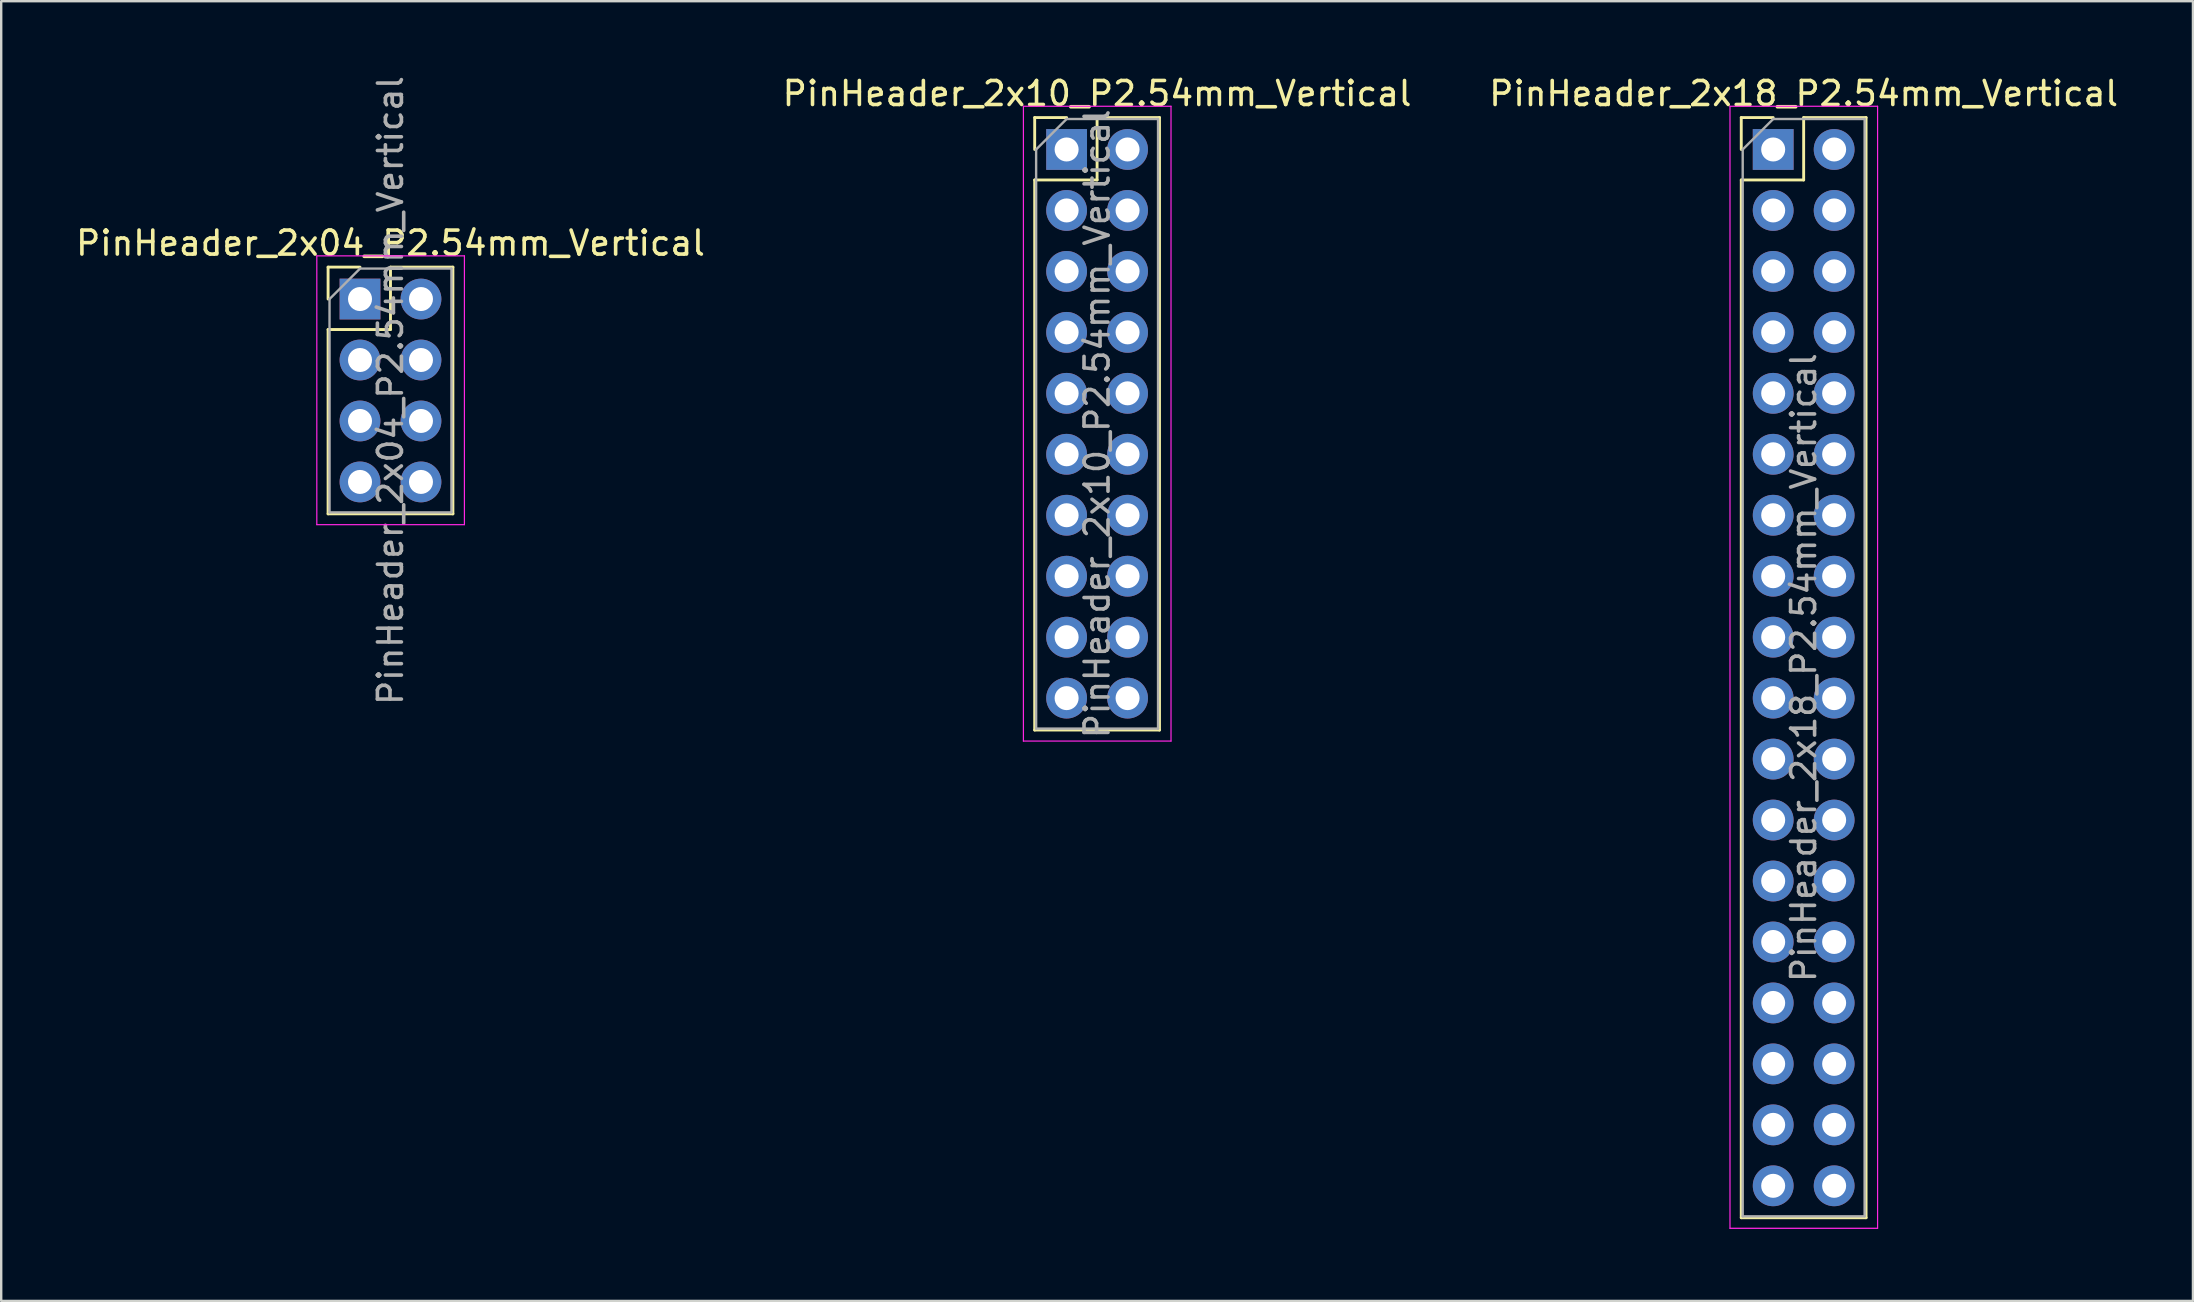
<source format=kicad_pcb>
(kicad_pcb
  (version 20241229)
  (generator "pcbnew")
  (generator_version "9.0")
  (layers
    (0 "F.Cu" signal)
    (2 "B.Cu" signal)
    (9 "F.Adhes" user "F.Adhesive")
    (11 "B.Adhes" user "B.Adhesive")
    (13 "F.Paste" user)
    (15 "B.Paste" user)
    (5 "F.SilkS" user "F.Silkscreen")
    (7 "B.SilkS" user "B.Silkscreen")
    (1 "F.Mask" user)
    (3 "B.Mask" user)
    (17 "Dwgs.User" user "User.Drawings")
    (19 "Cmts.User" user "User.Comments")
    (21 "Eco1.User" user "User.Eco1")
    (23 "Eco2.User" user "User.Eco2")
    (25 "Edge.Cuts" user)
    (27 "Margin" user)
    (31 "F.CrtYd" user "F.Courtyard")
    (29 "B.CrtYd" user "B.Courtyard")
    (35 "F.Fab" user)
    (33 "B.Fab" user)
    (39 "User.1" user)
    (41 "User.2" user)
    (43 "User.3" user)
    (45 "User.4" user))
  (footprint "PinHeader_2x10_P2.54mm_Vertical"
    (layer "F.Cu")
    (at 41.391 3.178)
    (property "Reference" "PinHeader_2x10_P2.54mm_Vertical" (at 1.27 -2.33 0) (layer "F.SilkS") (effects (font (size 1 1) (thickness 0.15))))
    (attr through_hole)
    (fp_line (start -1.33 -1.33) (end 0 -1.33) (stroke (width 0.12) (type solid)) (layer "F.SilkS"))
    (fp_line (start -1.33 0) (end -1.33 -1.33) (stroke (width 0.12) (type solid)) (layer "F.SilkS"))
    (fp_line (start -1.33 1.27) (end -1.33 24.19) (stroke (width 0.12) (type solid)) (layer "F.SilkS"))
    (fp_line (start -1.33 1.27) (end 1.27 1.27) (stroke (width 0.12) (type solid)) (layer "F.SilkS"))
    (fp_line (start -1.33 24.19) (end 3.87 24.19) (stroke (width 0.12) (type solid)) (layer "F.SilkS"))
    (fp_line (start 1.27 -1.33) (end 3.87 -1.33) (stroke (width 0.12) (type solid)) (layer "F.SilkS"))
    (fp_line (start 1.27 1.27) (end 1.27 -1.33) (stroke (width 0.12) (type solid)) (layer "F.SilkS"))
    (fp_line (start 3.87 -1.33) (end 3.87 24.19) (stroke (width 0.12) (type solid)) (layer "F.SilkS"))
    (fp_line (start -1.8 -1.8) (end -1.8 24.65) (stroke (width 0.05) (type solid)) (layer "F.CrtYd"))
    (fp_line (start -1.8 24.65) (end 4.35 24.65) (stroke (width 0.05) (type solid)) (layer "F.CrtYd"))
    (fp_line (start 4.35 -1.8) (end -1.8 -1.8) (stroke (width 0.05) (type solid)) (layer "F.CrtYd"))
    (fp_line (start 4.35 24.65) (end 4.35 -1.8) (stroke (width 0.05) (type solid)) (layer "F.CrtYd"))
    (fp_line (start -1.27 0) (end 0 -1.27) (stroke (width 0.1) (type solid)) (layer "F.Fab"))
    (fp_line (start -1.27 24.13) (end -1.27 0) (stroke (width 0.1) (type solid)) (layer "F.Fab"))
    (fp_line (start 0 -1.27) (end 3.81 -1.27) (stroke (width 0.1) (type solid)) (layer "F.Fab"))
    (fp_line (start 3.81 -1.27) (end 3.81 24.13) (stroke (width 0.1) (type solid)) (layer "F.Fab"))
    (fp_line (start 3.81 24.13) (end -1.27 24.13) (stroke (width 0.1) (type solid)) (layer "F.Fab"))
    (fp_text user "${REFERENCE}" (at 1.27 11.43 270) (layer "F.Fab") (effects (font (size 1 1) (thickness 0.15))))
    (pad "1" thru_hole rect (at 0 0) (size 1.7 1.7) (drill 1) (layers "*.Cu" "*.Mask"))
    (pad "2" thru_hole oval (at 2.54 0) (size 1.7 1.7) (drill 1) (layers "*.Cu" "*.Mask"))
    (pad "3" thru_hole oval (at 0 2.54) (size 1.7 1.7) (drill 1) (layers "*.Cu" "*.Mask"))
    (pad "4" thru_hole oval (at 2.54 2.54) (size 1.7 1.7) (drill 1) (layers "*.Cu" "*.Mask"))
    (pad "5" thru_hole oval (at 0 5.08) (size 1.7 1.7) (drill 1) (layers "*.Cu" "*.Mask"))
    (pad "6" thru_hole oval (at 2.54 5.08) (size 1.7 1.7) (drill 1) (layers "*.Cu" "*.Mask"))
    (pad "7" thru_hole oval (at 0 7.62) (size 1.7 1.7) (drill 1) (layers "*.Cu" "*.Mask"))
    (pad "8" thru_hole oval (at 2.54 7.62) (size 1.7 1.7) (drill 1) (layers "*.Cu" "*.Mask"))
    (pad "9" thru_hole oval (at 0 10.16) (size 1.7 1.7) (drill 1) (layers "*.Cu" "*.Mask"))
    (pad "10" thru_hole oval (at 2.54 10.16) (size 1.7 1.7) (drill 1) (layers "*.Cu" "*.Mask"))
    (pad "11" thru_hole oval (at 0 12.7) (size 1.7 1.7) (drill 1) (layers "*.Cu" "*.Mask"))
    (pad "12" thru_hole oval (at 2.54 12.7) (size 1.7 1.7) (drill 1) (layers "*.Cu" "*.Mask"))
    (pad "13" thru_hole oval (at 0 15.24) (size 1.7 1.7) (drill 1) (layers "*.Cu" "*.Mask"))
    (pad "14" thru_hole oval (at 2.54 15.24) (size 1.7 1.7) (drill 1) (layers "*.Cu" "*.Mask"))
    (pad "15" thru_hole oval (at 0 17.78) (size 1.7 1.7) (drill 1) (layers "*.Cu" "*.Mask"))
    (pad "16" thru_hole oval (at 2.54 17.78) (size 1.7 1.7) (drill 1) (layers "*.Cu" "*.Mask"))
    (pad "17" thru_hole oval (at 0 20.32) (size 1.7 1.7) (drill 1) (layers "*.Cu" "*.Mask"))
    (pad "18" thru_hole oval (at 2.54 20.32) (size 1.7 1.7) (drill 1) (layers "*.Cu" "*.Mask"))
    (pad "19" thru_hole oval (at 0 22.86) (size 1.7 1.7) (drill 1) (layers "*.Cu" "*.Mask"))
    (pad "20" thru_hole oval (at 2.54 22.86) (size 1.7 1.7) (drill 1) (layers "*.Cu" "*.Mask")))
  (footprint "PinHeader_2x18_P2.54mm_Vertical"
    (layer "F.Cu")
    (at 70.831 3.178)
    (property "Reference" "PinHeader_2x18_P2.54mm_Vertical" (at 1.27 -2.33 180) (layer "F.SilkS") (effects (font (size 1 1) (thickness 0.15))))
    (attr through_hole exclude_from_pos_files exclude_from_bom)
    (fp_line (start -1.33 -1.33) (end 0 -1.33) (stroke (width 0.12) (type solid)) (layer "F.SilkS"))
    (fp_line (start -1.33 0) (end -1.33 -1.33) (stroke (width 0.12) (type solid)) (layer "F.SilkS"))
    (fp_line (start -1.33 1.27) (end -1.33 44.51) (stroke (width 0.12) (type solid)) (layer "F.SilkS"))
    (fp_line (start -1.33 1.27) (end 1.27 1.27) (stroke (width 0.12) (type solid)) (layer "F.SilkS"))
    (fp_line (start -1.33 44.51) (end 3.87 44.51) (stroke (width 0.12) (type solid)) (layer "F.SilkS"))
    (fp_line (start 1.27 -1.33) (end 3.87 -1.33) (stroke (width 0.12) (type solid)) (layer "F.SilkS"))
    (fp_line (start 1.27 1.27) (end 1.27 -1.33) (stroke (width 0.12) (type solid)) (layer "F.SilkS"))
    (fp_line (start 3.87 -1.33) (end 3.87 44.51) (stroke (width 0.12) (type solid)) (layer "F.SilkS"))
    (fp_line (start -1.8 -1.8) (end -1.8 44.95) (stroke (width 0.05) (type solid)) (layer "F.CrtYd"))
    (fp_line (start -1.8 44.95) (end 4.35 44.95) (stroke (width 0.05) (type solid)) (layer "F.CrtYd"))
    (fp_line (start 4.35 -1.8) (end -1.8 -1.8) (stroke (width 0.05) (type solid)) (layer "F.CrtYd"))
    (fp_line (start 4.35 44.95) (end 4.35 -1.8) (stroke (width 0.05) (type solid)) (layer "F.CrtYd"))
    (fp_line (start -1.27 0) (end 0 -1.27) (stroke (width 0.1) (type solid)) (layer "F.Fab"))
    (fp_line (start -1.27 44.45) (end -1.27 0) (stroke (width 0.1) (type solid)) (layer "F.Fab"))
    (fp_line (start 0 -1.27) (end 3.81 -1.27) (stroke (width 0.1) (type solid)) (layer "F.Fab"))
    (fp_line (start 3.81 -1.27) (end 3.81 44.45) (stroke (width 0.1) (type solid)) (layer "F.Fab"))
    (fp_line (start 3.81 44.45) (end -1.27 44.45) (stroke (width 0.1) (type solid)) (layer "F.Fab"))
    (fp_text user "${REFERENCE}" (at 1.27 21.59 270) (layer "F.Fab") (effects (font (size 1 1) (thickness 0.15))))
    (pad "1" thru_hole rect (at 0 0) (size 1.7 1.7) (drill 1) (layers "*.Cu" "*.Mask"))
    (pad "2" thru_hole oval (at 2.54 0) (size 1.7 1.7) (drill 1) (layers "*.Cu" "*.Mask"))
    (pad "3" thru_hole oval (at 0 2.54) (size 1.7 1.7) (drill 1) (layers "*.Cu" "*.Mask"))
    (pad "4" thru_hole oval (at 2.54 2.54) (size 1.7 1.7) (drill 1) (layers "*.Cu" "*.Mask"))
    (pad "5" thru_hole oval (at 0 5.08) (size 1.7 1.7) (drill 1) (layers "*.Cu" "*.Mask"))
    (pad "6" thru_hole oval (at 2.54 5.08) (size 1.7 1.7) (drill 1) (layers "*.Cu" "*.Mask"))
    (pad "7" thru_hole oval (at 0 7.62) (size 1.7 1.7) (drill 1) (layers "*.Cu" "*.Mask"))
    (pad "8" thru_hole oval (at 2.54 7.62) (size 1.7 1.7) (drill 1) (layers "*.Cu" "*.Mask"))
    (pad "9" thru_hole oval (at 0 10.16) (size 1.7 1.7) (drill 1) (layers "*.Cu" "*.Mask"))
    (pad "10" thru_hole oval (at 2.54 10.16) (size 1.7 1.7) (drill 1) (layers "*.Cu" "*.Mask"))
    (pad "11" thru_hole oval (at 0 12.7) (size 1.7 1.7) (drill 1) (layers "*.Cu" "*.Mask"))
    (pad "12" thru_hole oval (at 2.54 12.7) (size 1.7 1.7) (drill 1) (layers "*.Cu" "*.Mask"))
    (pad "13" thru_hole oval (at 0 15.24) (size 1.7 1.7) (drill 1) (layers "*.Cu" "*.Mask"))
    (pad "14" thru_hole oval (at 2.54 15.24) (size 1.7 1.7) (drill 1) (layers "*.Cu" "*.Mask"))
    (pad "15" thru_hole oval (at 0 17.78) (size 1.7 1.7) (drill 1) (layers "*.Cu" "*.Mask"))
    (pad "16" thru_hole oval (at 2.54 17.78) (size 1.7 1.7) (drill 1) (layers "*.Cu" "*.Mask"))
    (pad "17" thru_hole oval (at 0 20.32) (size 1.7 1.7) (drill 1) (layers "*.Cu" "*.Mask"))
    (pad "18" thru_hole oval (at 2.54 20.32) (size 1.7 1.7) (drill 1) (layers "*.Cu" "*.Mask"))
    (pad "19" thru_hole oval (at 0 22.86) (size 1.7 1.7) (drill 1) (layers "*.Cu" "*.Mask"))
    (pad "20" thru_hole oval (at 2.54 22.86) (size 1.7 1.7) (drill 1) (layers "*.Cu" "*.Mask"))
    (pad "21" thru_hole oval (at 0 25.4) (size 1.7 1.7) (drill 1) (layers "*.Cu" "*.Mask"))
    (pad "22" thru_hole oval (at 2.54 25.4) (size 1.7 1.7) (drill 1) (layers "*.Cu" "*.Mask"))
    (pad "23" thru_hole oval (at 0 27.94) (size 1.7 1.7) (drill 1) (layers "*.Cu" "*.Mask"))
    (pad "24" thru_hole oval (at 2.54 27.94) (size 1.7 1.7) (drill 1) (layers "*.Cu" "*.Mask"))
    (pad "25" thru_hole oval (at 0 30.48) (size 1.7 1.7) (drill 1) (layers "*.Cu" "*.Mask"))
    (pad "26" thru_hole oval (at 2.54 30.48) (size 1.7 1.7) (drill 1) (layers "*.Cu" "*.Mask"))
    (pad "27" thru_hole oval (at 0 33.02) (size 1.7 1.7) (drill 1) (layers "*.Cu" "*.Mask"))
    (pad "28" thru_hole oval (at 2.54 33.02) (size 1.7 1.7) (drill 1) (layers "*.Cu" "*.Mask"))
    (pad "29" thru_hole oval (at 0 35.56) (size 1.7 1.7) (drill 1) (layers "*.Cu" "*.Mask"))
    (pad "30" thru_hole oval (at 2.54 35.56) (size 1.7 1.7) (drill 1) (layers "*.Cu" "*.Mask"))
    (pad "31" thru_hole oval (at 0 38.1) (size 1.7 1.7) (drill 1) (layers "*.Cu" "*.Mask"))
    (pad "32" thru_hole oval (at 2.54 38.1) (size 1.7 1.7) (drill 1) (layers "*.Cu" "*.Mask"))
    (pad "33" thru_hole oval (at 0 40.64) (size 1.7 1.7) (drill 1) (layers "*.Cu" "*.Mask"))
    (pad "34" thru_hole oval (at 2.54 40.64) (size 1.7 1.7) (drill 1) (layers "*.Cu" "*.Mask"))
    (pad "35" thru_hole oval (at 0 43.18) (size 1.7 1.7) (drill 1) (layers "*.Cu" "*.Mask"))
    (pad "36" thru_hole oval (at 2.54 43.18) (size 1.7 1.7) (drill 1) (layers "*.Cu" "*.Mask")))
  (footprint "PinHeader_2x04_P2.54mm_Vertical"
    (layer "F.Cu")
    (at 11.95 9.41)
    (property "Reference" "PinHeader_2x04_P2.54mm_Vertical" (at 1.27 -2.33 0) (layer "F.SilkS") (effects (font (size 1 1) (thickness 0.15))))
    (attr through_hole)
    (fp_line (start -1.33 -1.33) (end 0 -1.33) (stroke (width 0.12) (type solid)) (layer "F.SilkS"))
    (fp_line (start -1.33 0) (end -1.33 -1.33) (stroke (width 0.12) (type solid)) (layer "F.SilkS"))
    (fp_line (start -1.33 1.27) (end -1.33 8.95) (stroke (width 0.12) (type solid)) (layer "F.SilkS"))
    (fp_line (start -1.33 1.27) (end 1.27 1.27) (stroke (width 0.12) (type solid)) (layer "F.SilkS"))
    (fp_line (start -1.33 8.95) (end 3.87 8.95) (stroke (width 0.12) (type solid)) (layer "F.SilkS"))
    (fp_line (start 1.27 -1.33) (end 3.87 -1.33) (stroke (width 0.12) (type solid)) (layer "F.SilkS"))
    (fp_line (start 1.27 1.27) (end 1.27 -1.33) (stroke (width 0.12) (type solid)) (layer "F.SilkS"))
    (fp_line (start 3.87 -1.33) (end 3.87 8.95) (stroke (width 0.12) (type solid)) (layer "F.SilkS"))
    (fp_line (start -1.8 -1.8) (end -1.8 9.4) (stroke (width 0.05) (type solid)) (layer "F.CrtYd"))
    (fp_line (start -1.8 9.4) (end 4.35 9.4) (stroke (width 0.05) (type solid)) (layer "F.CrtYd"))
    (fp_line (start 4.35 -1.8) (end -1.8 -1.8) (stroke (width 0.05) (type solid)) (layer "F.CrtYd"))
    (fp_line (start 4.35 9.4) (end 4.35 -1.8) (stroke (width 0.05) (type solid)) (layer "F.CrtYd"))
    (fp_line (start -1.27 0) (end 0 -1.27) (stroke (width 0.1) (type solid)) (layer "F.Fab"))
    (fp_line (start -1.27 8.89) (end -1.27 0) (stroke (width 0.1) (type solid)) (layer "F.Fab"))
    (fp_line (start 0 -1.27) (end 3.81 -1.27) (stroke (width 0.1) (type solid)) (layer "F.Fab"))
    (fp_line (start 3.81 -1.27) (end 3.81 8.89) (stroke (width 0.1) (type solid)) (layer "F.Fab"))
    (fp_line (start 3.81 8.89) (end -1.27 8.89) (stroke (width 0.1) (type solid)) (layer "F.Fab"))
    (fp_text user "${REFERENCE}" (at 1.27 3.81 270) (layer "F.Fab") (effects (font (size 1 1) (thickness 0.15))))
    (pad "1" thru_hole rect (at 0 0) (size 1.7 1.7) (drill 1) (layers "*.Cu" "*.Mask"))
    (pad "2" thru_hole oval (at 2.54 0) (size 1.7 1.7) (drill 1) (layers "*.Cu" "*.Mask"))
    (pad "3" thru_hole oval (at 0 2.54) (size 1.7 1.7) (drill 1) (layers "*.Cu" "*.Mask"))
    (pad "4" thru_hole oval (at 2.54 2.54) (size 1.7 1.7) (drill 1) (layers "*.Cu" "*.Mask"))
    (pad "5" thru_hole oval (at 0 5.08) (size 1.7 1.7) (drill 1) (layers "*.Cu" "*.Mask"))
    (pad "6" thru_hole oval (at 2.54 5.08) (size 1.7 1.7) (drill 1) (layers "*.Cu" "*.Mask"))
    (pad "7" thru_hole oval (at 0 7.62) (size 1.7 1.7) (drill 1) (layers "*.Cu" "*.Mask"))
    (pad "8" thru_hole oval (at 2.54 7.62) (size 1.7 1.7) (drill 1) (layers "*.Cu" "*.Mask")))
  (gr_rect
    (start -3 -3)
    (end 88.321 51.153)
    (stroke (width 0.1) (type default))
    (fill no)
    (layer "Edge.Cuts")))
</source>
